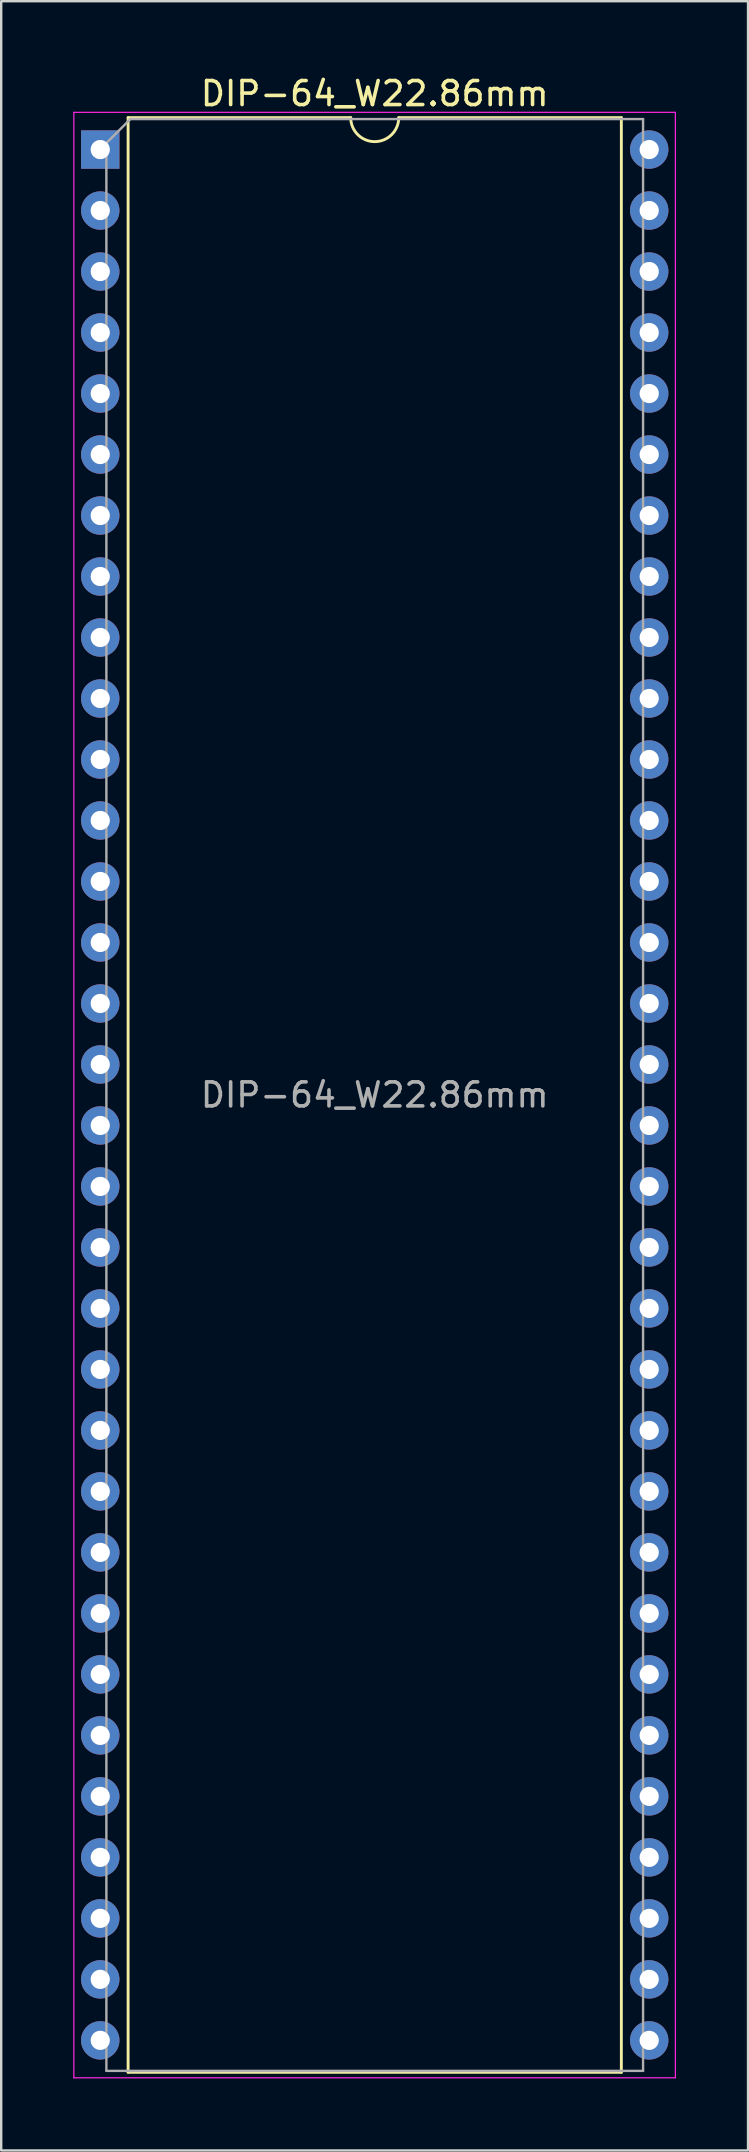
<source format=kicad_pcb>
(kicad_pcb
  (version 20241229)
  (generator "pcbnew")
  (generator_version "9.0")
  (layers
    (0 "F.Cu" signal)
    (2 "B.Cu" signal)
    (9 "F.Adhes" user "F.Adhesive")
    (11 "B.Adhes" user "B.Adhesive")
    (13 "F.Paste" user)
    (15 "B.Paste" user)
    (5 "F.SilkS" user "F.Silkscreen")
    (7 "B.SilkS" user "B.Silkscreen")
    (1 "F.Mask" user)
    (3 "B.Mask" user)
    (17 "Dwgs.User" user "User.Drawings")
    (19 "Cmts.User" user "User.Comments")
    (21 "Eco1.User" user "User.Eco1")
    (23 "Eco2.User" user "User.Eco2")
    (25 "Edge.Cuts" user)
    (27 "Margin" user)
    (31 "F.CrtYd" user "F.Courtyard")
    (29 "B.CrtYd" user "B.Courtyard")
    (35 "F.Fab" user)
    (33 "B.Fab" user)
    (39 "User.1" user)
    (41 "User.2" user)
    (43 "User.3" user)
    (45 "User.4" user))
  (footprint "DIP-64_W22.86mm"
    (layer "F.Cu")
    (at 1.125 3.178)
    (property "Reference" "DIP-64_W22.86mm" (at 11.43 -2.33 0) (layer "F.SilkS") (effects (font (size 1 1) (thickness 0.15))))
    (attr through_hole)
    (fp_line (start 1.16 -1.33) (end 1.16 80.07) (stroke (width 0.12) (type solid)) (layer "F.SilkS"))
    (fp_line (start 1.16 80.07) (end 21.7 80.07) (stroke (width 0.12) (type solid)) (layer "F.SilkS"))
    (fp_line (start 10.43 -1.33) (end 1.16 -1.33) (stroke (width 0.12) (type solid)) (layer "F.SilkS"))
    (fp_line (start 21.7 -1.33) (end 12.43 -1.33) (stroke (width 0.12) (type solid)) (layer "F.SilkS"))
    (fp_line (start 21.7 80.07) (end 21.7 -1.33) (stroke (width 0.12) (type solid)) (layer "F.SilkS"))
    (fp_arc (start 12.43 -1.33) (mid 11.43 -0.33) (end 10.43 -1.33) (stroke (width 0.12) (type solid)) (layer "F.SilkS"))
    (fp_line (start -1.1 -1.55) (end -1.1 80.3) (stroke (width 0.05) (type solid)) (layer "F.CrtYd"))
    (fp_line (start -1.1 80.3) (end 23.95 80.3) (stroke (width 0.05) (type solid)) (layer "F.CrtYd"))
    (fp_line (start 23.95 -1.55) (end -1.1 -1.55) (stroke (width 0.05) (type solid)) (layer "F.CrtYd"))
    (fp_line (start 23.95 80.3) (end 23.95 -1.55) (stroke (width 0.05) (type solid)) (layer "F.CrtYd"))
    (fp_line (start 0.255 -0.27) (end 1.255 -1.27) (stroke (width 0.1) (type solid)) (layer "F.Fab"))
    (fp_line (start 0.255 80.01) (end 0.255 -0.27) (stroke (width 0.1) (type solid)) (layer "F.Fab"))
    (fp_line (start 1.255 -1.27) (end 22.605 -1.27) (stroke (width 0.1) (type solid)) (layer "F.Fab"))
    (fp_line (start 22.605 -1.27) (end 22.605 80.01) (stroke (width 0.1) (type solid)) (layer "F.Fab"))
    (fp_line (start 22.605 80.01) (end 0.255 80.01) (stroke (width 0.1) (type solid)) (layer "F.Fab"))
    (fp_text user "${REFERENCE}" (at 11.43 39.37 0) (layer "F.Fab") (effects (font (size 1 1) (thickness 0.15))))
    (pad "1" thru_hole rect (at 0 0) (size 1.6 1.6) (drill 0.8) (layers "*.Cu" "*.Mask"))
    (pad "2" thru_hole oval (at 0 2.54) (size 1.6 1.6) (drill 0.8) (layers "*.Cu" "*.Mask"))
    (pad "3" thru_hole oval (at 0 5.08) (size 1.6 1.6) (drill 0.8) (layers "*.Cu" "*.Mask"))
    (pad "4" thru_hole oval (at 0 7.62) (size 1.6 1.6) (drill 0.8) (layers "*.Cu" "*.Mask"))
    (pad "5" thru_hole oval (at 0 10.16) (size 1.6 1.6) (drill 0.8) (layers "*.Cu" "*.Mask"))
    (pad "6" thru_hole oval (at 0 12.7) (size 1.6 1.6) (drill 0.8) (layers "*.Cu" "*.Mask"))
    (pad "7" thru_hole oval (at 0 15.24) (size 1.6 1.6) (drill 0.8) (layers "*.Cu" "*.Mask"))
    (pad "8" thru_hole oval (at 0 17.78) (size 1.6 1.6) (drill 0.8) (layers "*.Cu" "*.Mask"))
    (pad "9" thru_hole oval (at 0 20.32) (size 1.6 1.6) (drill 0.8) (layers "*.Cu" "*.Mask"))
    (pad "10" thru_hole oval (at 0 22.86) (size 1.6 1.6) (drill 0.8) (layers "*.Cu" "*.Mask"))
    (pad "11" thru_hole oval (at 0 25.4) (size 1.6 1.6) (drill 0.8) (layers "*.Cu" "*.Mask"))
    (pad "12" thru_hole oval (at 0 27.94) (size 1.6 1.6) (drill 0.8) (layers "*.Cu" "*.Mask"))
    (pad "13" thru_hole oval (at 0 30.48) (size 1.6 1.6) (drill 0.8) (layers "*.Cu" "*.Mask"))
    (pad "14" thru_hole oval (at 0 33.02) (size 1.6 1.6) (drill 0.8) (layers "*.Cu" "*.Mask"))
    (pad "15" thru_hole oval (at 0 35.56) (size 1.6 1.6) (drill 0.8) (layers "*.Cu" "*.Mask"))
    (pad "16" thru_hole oval (at 0 38.1) (size 1.6 1.6) (drill 0.8) (layers "*.Cu" "*.Mask"))
    (pad "17" thru_hole oval (at 0 40.64) (size 1.6 1.6) (drill 0.8) (layers "*.Cu" "*.Mask"))
    (pad "18" thru_hole oval (at 0 43.18) (size 1.6 1.6) (drill 0.8) (layers "*.Cu" "*.Mask"))
    (pad "19" thru_hole oval (at 0 45.72) (size 1.6 1.6) (drill 0.8) (layers "*.Cu" "*.Mask"))
    (pad "20" thru_hole oval (at 0 48.26) (size 1.6 1.6) (drill 0.8) (layers "*.Cu" "*.Mask"))
    (pad "21" thru_hole oval (at 0 50.8) (size 1.6 1.6) (drill 0.8) (layers "*.Cu" "*.Mask"))
    (pad "22" thru_hole oval (at 0 53.34) (size 1.6 1.6) (drill 0.8) (layers "*.Cu" "*.Mask"))
    (pad "23" thru_hole oval (at 0 55.88) (size 1.6 1.6) (drill 0.8) (layers "*.Cu" "*.Mask"))
    (pad "24" thru_hole oval (at 0 58.42) (size 1.6 1.6) (drill 0.8) (layers "*.Cu" "*.Mask"))
    (pad "25" thru_hole oval (at 0 60.96) (size 1.6 1.6) (drill 0.8) (layers "*.Cu" "*.Mask"))
    (pad "26" thru_hole oval (at 0 63.5) (size 1.6 1.6) (drill 0.8) (layers "*.Cu" "*.Mask"))
    (pad "27" thru_hole oval (at 0 66.04) (size 1.6 1.6) (drill 0.8) (layers "*.Cu" "*.Mask"))
    (pad "28" thru_hole oval (at 0 68.58) (size 1.6 1.6) (drill 0.8) (layers "*.Cu" "*.Mask"))
    (pad "29" thru_hole oval (at 0 71.12) (size 1.6 1.6) (drill 0.8) (layers "*.Cu" "*.Mask"))
    (pad "30" thru_hole oval (at 0 73.66) (size 1.6 1.6) (drill 0.8) (layers "*.Cu" "*.Mask"))
    (pad "31" thru_hole oval (at 0 76.2) (size 1.6 1.6) (drill 0.8) (layers "*.Cu" "*.Mask"))
    (pad "32" thru_hole oval (at 0 78.74) (size 1.6 1.6) (drill 0.8) (layers "*.Cu" "*.Mask"))
    (pad "33" thru_hole oval (at 22.86 78.74) (size 1.6 1.6) (drill 0.8) (layers "*.Cu" "*.Mask"))
    (pad "34" thru_hole oval (at 22.86 76.2) (size 1.6 1.6) (drill 0.8) (layers "*.Cu" "*.Mask"))
    (pad "35" thru_hole oval (at 22.86 73.66) (size 1.6 1.6) (drill 0.8) (layers "*.Cu" "*.Mask"))
    (pad "36" thru_hole oval (at 22.86 71.12) (size 1.6 1.6) (drill 0.8) (layers "*.Cu" "*.Mask"))
    (pad "37" thru_hole oval (at 22.86 68.58) (size 1.6 1.6) (drill 0.8) (layers "*.Cu" "*.Mask"))
    (pad "38" thru_hole oval (at 22.86 66.04) (size 1.6 1.6) (drill 0.8) (layers "*.Cu" "*.Mask"))
    (pad "39" thru_hole oval (at 22.86 63.5) (size 1.6 1.6) (drill 0.8) (layers "*.Cu" "*.Mask"))
    (pad "40" thru_hole oval (at 22.86 60.96) (size 1.6 1.6) (drill 0.8) (layers "*.Cu" "*.Mask"))
    (pad "41" thru_hole oval (at 22.86 58.42) (size 1.6 1.6) (drill 0.8) (layers "*.Cu" "*.Mask"))
    (pad "42" thru_hole oval (at 22.86 55.88) (size 1.6 1.6) (drill 0.8) (layers "*.Cu" "*.Mask"))
    (pad "43" thru_hole oval (at 22.86 53.34) (size 1.6 1.6) (drill 0.8) (layers "*.Cu" "*.Mask"))
    (pad "44" thru_hole oval (at 22.86 50.8) (size 1.6 1.6) (drill 0.8) (layers "*.Cu" "*.Mask"))
    (pad "45" thru_hole oval (at 22.86 48.26) (size 1.6 1.6) (drill 0.8) (layers "*.Cu" "*.Mask"))
    (pad "46" thru_hole oval (at 22.86 45.72) (size 1.6 1.6) (drill 0.8) (layers "*.Cu" "*.Mask"))
    (pad "47" thru_hole oval (at 22.86 43.18) (size 1.6 1.6) (drill 0.8) (layers "*.Cu" "*.Mask"))
    (pad "48" thru_hole oval (at 22.86 40.64) (size 1.6 1.6) (drill 0.8) (layers "*.Cu" "*.Mask"))
    (pad "49" thru_hole oval (at 22.86 38.1) (size 1.6 1.6) (drill 0.8) (layers "*.Cu" "*.Mask"))
    (pad "50" thru_hole oval (at 22.86 35.56) (size 1.6 1.6) (drill 0.8) (layers "*.Cu" "*.Mask"))
    (pad "51" thru_hole oval (at 22.86 33.02) (size 1.6 1.6) (drill 0.8) (layers "*.Cu" "*.Mask"))
    (pad "52" thru_hole oval (at 22.86 30.48) (size 1.6 1.6) (drill 0.8) (layers "*.Cu" "*.Mask"))
    (pad "53" thru_hole oval (at 22.86 27.94) (size 1.6 1.6) (drill 0.8) (layers "*.Cu" "*.Mask"))
    (pad "54" thru_hole oval (at 22.86 25.4) (size 1.6 1.6) (drill 0.8) (layers "*.Cu" "*.Mask"))
    (pad "55" thru_hole oval (at 22.86 22.86) (size 1.6 1.6) (drill 0.8) (layers "*.Cu" "*.Mask"))
    (pad "56" thru_hole oval (at 22.86 20.32) (size 1.6 1.6) (drill 0.8) (layers "*.Cu" "*.Mask"))
    (pad "57" thru_hole oval (at 22.86 17.78) (size 1.6 1.6) (drill 0.8) (layers "*.Cu" "*.Mask"))
    (pad "58" thru_hole oval (at 22.86 15.24) (size 1.6 1.6) (drill 0.8) (layers "*.Cu" "*.Mask"))
    (pad "59" thru_hole oval (at 22.86 12.7) (size 1.6 1.6) (drill 0.8) (layers "*.Cu" "*.Mask"))
    (pad "60" thru_hole oval (at 22.86 10.16) (size 1.6 1.6) (drill 0.8) (layers "*.Cu" "*.Mask"))
    (pad "61" thru_hole oval (at 22.86 7.62) (size 1.6 1.6) (drill 0.8) (layers "*.Cu" "*.Mask"))
    (pad "62" thru_hole oval (at 22.86 5.08) (size 1.6 1.6) (drill 0.8) (layers "*.Cu" "*.Mask"))
    (pad "63" thru_hole oval (at 22.86 2.54) (size 1.6 1.6) (drill 0.8) (layers "*.Cu" "*.Mask"))
    (pad "64" thru_hole oval (at 22.86 0) (size 1.6 1.6) (drill 0.8) (layers "*.Cu" "*.Mask")))
  (gr_rect
    (start -3 -3)
    (end 28.1 86.503)
    (stroke (width 0.1) (type default))
    (fill no)
    (layer "Edge.Cuts")))
</source>
